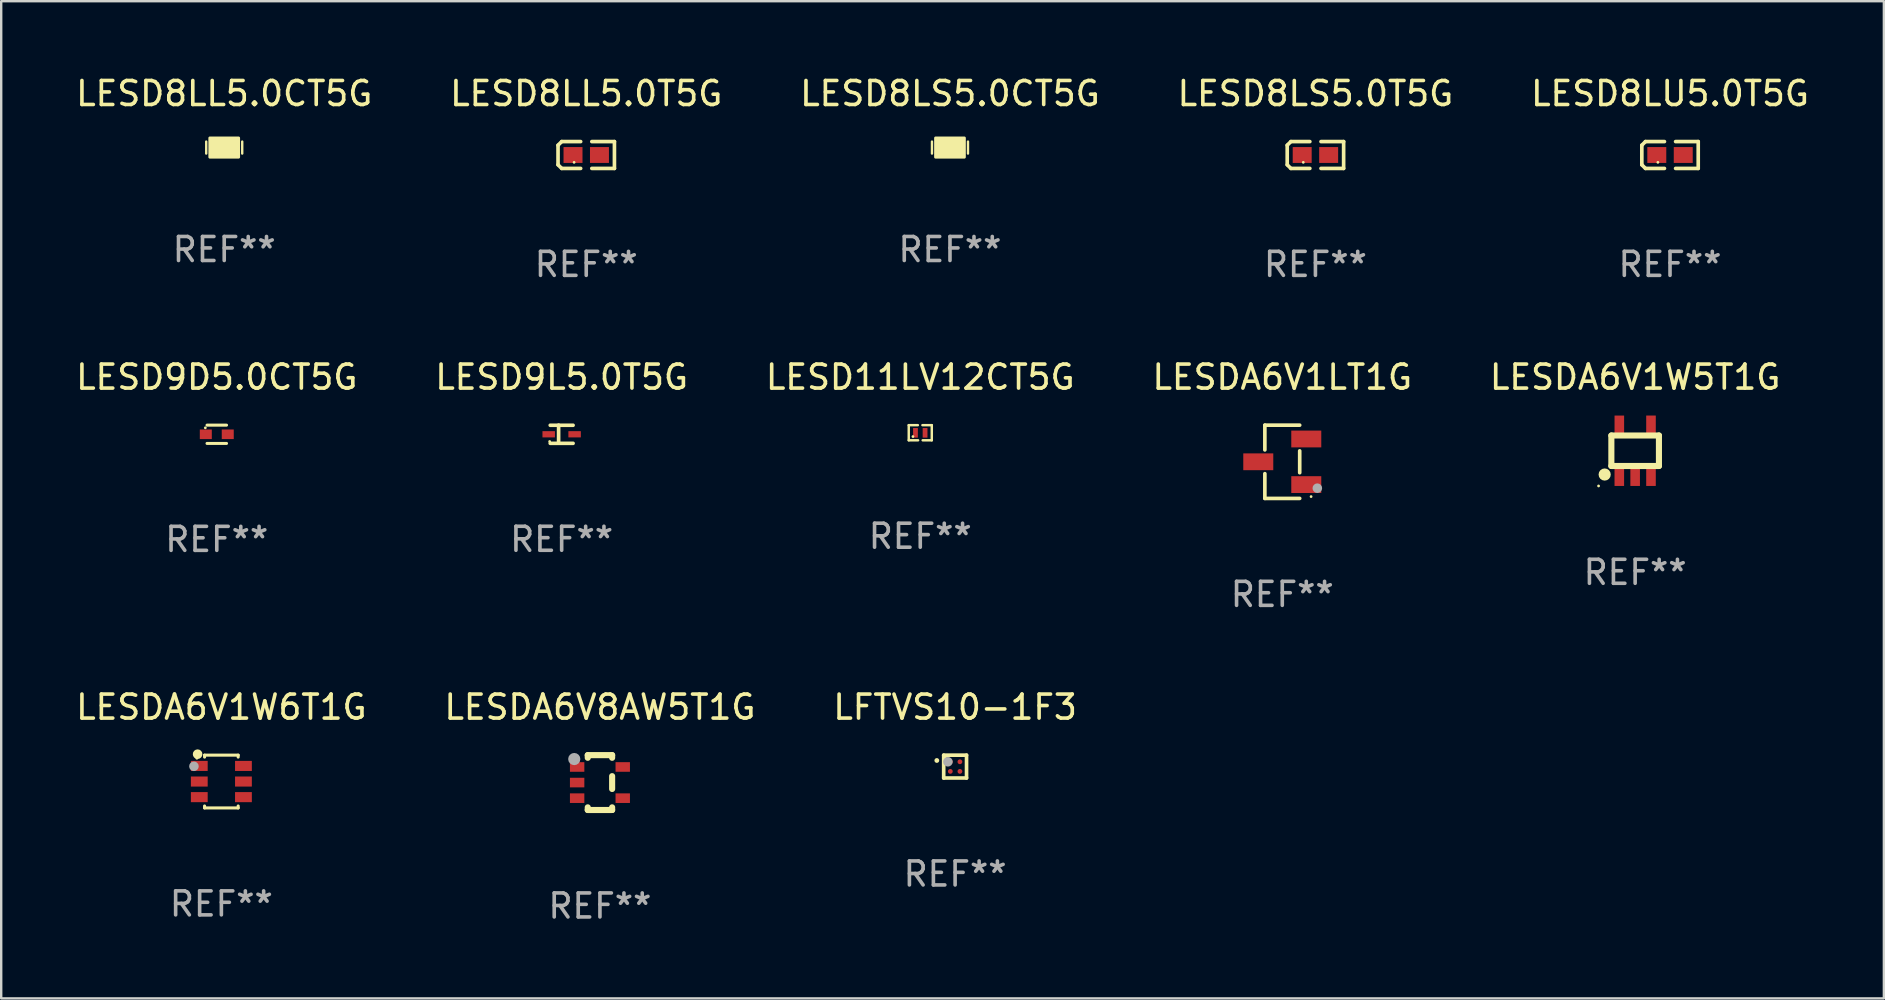
<source format=kicad_pcb>
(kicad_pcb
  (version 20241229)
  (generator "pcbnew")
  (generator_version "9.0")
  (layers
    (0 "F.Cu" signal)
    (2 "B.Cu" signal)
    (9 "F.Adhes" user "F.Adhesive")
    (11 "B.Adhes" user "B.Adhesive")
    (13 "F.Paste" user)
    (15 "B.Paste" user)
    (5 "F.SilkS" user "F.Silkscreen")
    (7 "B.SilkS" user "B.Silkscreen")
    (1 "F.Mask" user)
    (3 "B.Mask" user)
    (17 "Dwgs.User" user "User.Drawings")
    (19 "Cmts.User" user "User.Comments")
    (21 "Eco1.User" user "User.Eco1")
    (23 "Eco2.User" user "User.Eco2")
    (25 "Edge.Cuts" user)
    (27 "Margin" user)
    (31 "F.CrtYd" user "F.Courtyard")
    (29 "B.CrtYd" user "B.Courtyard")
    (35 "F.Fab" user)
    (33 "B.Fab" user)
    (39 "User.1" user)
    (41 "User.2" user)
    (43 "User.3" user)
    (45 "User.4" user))
  (footprint "LESD9L5.0T5G"
    (layer "F.Cu")
    (at 20.351 15.042)
    (property "Reference" "LESD9L5.0T5G" (at 0 -2.379 0) (layer "F.SilkS") (effects (font (size 1 1) (thickness 0.15))))
    (attr through_hole)
    (fp_line (start -0.476 -0.374) (end 0.476 -0.374) (stroke (width 0.152) (type solid)) (layer "F.SilkS"))
    (fp_line (start -0.476 0.379) (end 0.476 0.379) (stroke (width 0.152) (type solid)) (layer "F.SilkS"))
    (fp_line (start -0.127 -0.379) (end -0.127 0.374) (stroke (width 0.152) (type solid)) (layer "F.SilkS"))
    (fp_circle (center -0.5 0.302) (end -0.47 0.302) (stroke (width 0.06) (type solid)) (fill no) (layer "F.SilkS"))
    (fp_text user "REF**" (at 0 4.379 0) (layer "F.Fab") (effects (font (size 1 1) (thickness 0.15))))
    (pad "1" smd rect (at -0.54 0.002 180) (size 0.52 0.26) (layers "F.Cu" "F.Mask" "F.Paste"))
    (pad "2" smd rect (at 0.54 0.002 180) (size 0.52 0.26) (layers "F.Cu" "F.Mask" "F.Paste")))
  (footprint "LESD8LL5.0CT5G"
    (layer "F.Cu")
    (at 6.292 3.098)
    (property "Reference" "LESD8LL5.0CT5G" (at 0 -2.25 0) (layer "F.SilkS") (effects (font (size 1 1) (thickness 0.15))))
    (attr through_hole)
    (fp_line (start -0.75 0.25) (end -0.75 -0.25) (stroke (width 0.1) (type solid)) (layer "F.SilkS"))
    (fp_line (start 0.75 -0.25) (end 0.75 0.25) (stroke (width 0.1) (type solid)) (layer "F.SilkS"))
    (fp_circle (center -0.5 0.3) (end -0.47 0.3) (stroke (width 0.06) (type solid)) (fill no) (layer "F.SilkS"))
    (fp_poly (pts (xy -0.6 -0.4) (xy 0.6 -0.4) (xy 0.6 0.4) (xy -0.6 0.4)) (stroke (width 0.12) (type solid)) (fill yes) (layer "F.SilkS"))
    (fp_text user "REF**" (at 0 4.25 0) (layer "F.Fab") (effects (font (size 1 1) (thickness 0.15))))
    (pad "1" smd rect (at -0.325 -0.000013) (size 0.3 0.6) (layers "F.Cu" "F.Mask" "F.Paste"))
    (pad "2" smd rect (at 0.325 -0.000013) (size 0.3 0.6) (layers "F.Cu" "F.Mask" "F.Paste")))
  (footprint "LESDA6V1LT1G"
    (layer "F.Cu")
    (at 50.375 16.19)
    (property "Reference" "LESDA6V1LT1G" (at 0 -3.526 0) (layer "F.SilkS") (effects (font (size 1 1) (thickness 0.15))))
    (attr through_hole)
    (fp_line (start -0.726 -1.526) (end -0.726 -0.495) (stroke (width 0.152) (type solid)) (layer "F.SilkS"))
    (fp_line (start -0.726 1.526) (end -0.726 0.495) (stroke (width 0.152) (type solid)) (layer "F.SilkS"))
    (fp_line (start 0.726 -1.526) (end -0.726 -1.526) (stroke (width 0.152) (type solid)) (layer "F.SilkS"))
    (fp_line (start 0.726 -0.455) (end 0.726 0.455) (stroke (width 0.152) (type solid)) (layer "F.SilkS"))
    (fp_line (start 0.726 1.526) (end -0.726 1.526) (stroke (width 0.152) (type solid)) (layer "F.SilkS"))
    (fp_circle (center 1.2 1.45) (end 1.23 1.45) (stroke (width 0.06) (type solid)) (fill no) (layer "F.SilkS"))
    (fp_circle (center 1.46 1.1) (end 1.56 1.1) (stroke (width 0.2) (type solid)) (fill no) (layer "F.Fab"))
    (fp_text user "REF**" (at 0 5.526 0) (layer "F.Fab") (effects (font (size 1 1) (thickness 0.15))))
    (pad "1" smd rect (at 1 0.95) (size 1.25 0.7) (layers "F.Cu" "F.Mask" "F.Paste"))
    (pad "2" smd rect (at 1 -0.95) (size 1.25 0.7) (layers "F.Cu" "F.Mask" "F.Paste"))
    (pad "3" smd rect (at -1 0) (size 1.25 0.7) (layers "F.Cu" "F.Mask" "F.Paste")))
  (footprint "LESD8LS5.0CT5G"
    (layer "F.Cu")
    (at 36.53 3.098)
    (property "Reference" "LESD8LS5.0CT5G" (at 0 -2.25 0) (layer "F.SilkS") (effects (font (size 1 1) (thickness 0.15))))
    (attr through_hole)
    (fp_line (start -0.75 0.25) (end -0.75 -0.25) (stroke (width 0.1) (type solid)) (layer "F.SilkS"))
    (fp_line (start 0.75 -0.25) (end 0.75 0.25) (stroke (width 0.1) (type solid)) (layer "F.SilkS"))
    (fp_circle (center -0.5 0.3) (end -0.47 0.3) (stroke (width 0.06) (type solid)) (fill no) (layer "F.SilkS"))
    (fp_poly (pts (xy -0.6 -0.4) (xy 0.6 -0.4) (xy 0.6 0.4) (xy -0.6 0.4)) (stroke (width 0.12) (type solid)) (fill yes) (layer "F.SilkS"))
    (fp_text user "REF**" (at 0 4.25 0) (layer "F.Fab") (effects (font (size 1 1) (thickness 0.15))))
    (pad "1" smd rect (at -0.325 -0.000013) (size 0.3 0.6) (layers "F.Cu" "F.Mask" "F.Paste"))
    (pad "2" smd rect (at 0.325 -0.000013) (size 0.3 0.6) (layers "F.Cu" "F.Mask" "F.Paste")))
  (footprint "LFTVS10-1F3"
    (layer "F.Cu")
    (at 36.744 28.889)
    (property "Reference" "LFTVS10-1F3" (at 0 -2.476 0) (layer "F.SilkS") (effects (font (size 1 1) (thickness 0.15))))
    (attr through_hole)
    (fp_line (start -0.476 -0.476) (end 0.476 -0.476) (stroke (width 0.152) (type solid)) (layer "F.SilkS"))
    (fp_line (start -0.476 0.476) (end -0.476 -0.476) (stroke (width 0.152) (type solid)) (layer "F.SilkS"))
    (fp_line (start 0.476 -0.476) (end 0.476 0.476) (stroke (width 0.152) (type solid)) (layer "F.SilkS"))
    (fp_line (start 0.476 0.476) (end -0.476 0.476) (stroke (width 0.152) (type solid)) (layer "F.SilkS"))
    (fp_circle (center -0.762 -0.254) (end -0.712 -0.254) (stroke (width 0.1) (type solid)) (fill no) (layer "F.SilkS"))
    (fp_circle (center -0.4 -0.4) (end -0.37 -0.4) (stroke (width 0.06) (type solid)) (fill no) (layer "F.SilkS"))
    (fp_circle (center -0.3 -0.2) (end -0.2 -0.2) (stroke (width 0.2) (type solid)) (fill no) (layer "F.Fab"))
    (fp_text user "REF**" (at 0 4.476 0) (layer "F.Fab") (effects (font (size 1 1) (thickness 0.15))))
    (pad "A1" smd circle (at -0.2 -0.2) (size 0.2 0.2) (layers "F.Cu" "F.Mask" "F.Paste"))
    (pad "A2" smd circle (at -0.2 0.2) (size 0.2 0.2) (layers "F.Cu" "F.Mask" "F.Paste"))
    (pad "B1" smd circle (at 0.2 -0.2) (size 0.2 0.2) (layers "F.Cu" "F.Mask" "F.Paste"))
    (pad "B2" smd circle (at 0.2 0.2) (size 0.2 0.2) (layers "F.Cu" "F.Mask" "F.Paste")))
  (footprint "LESD9D5.0CT5G"
    (layer "F.Cu")
    (at 5.982 15.044)
    (property "Reference" "LESD9D5.0CT5G" (at 0 -2.381 0) (layer "F.SilkS") (effects (font (size 1 1) (thickness 0.15))))
    (attr through_hole)
    (fp_line (start -0.406 -0.381) (end 0.406 -0.381) (stroke (width 0.127) (type solid)) (layer "F.SilkS"))
    (fp_line (start 0.406 0.381) (end -0.406 0.381) (stroke (width 0.127) (type solid)) (layer "F.SilkS"))
    (fp_circle (center -0.477 -0.27) (end -0.447 -0.27) (stroke (width 0.06) (type solid)) (fill no) (layer "F.SilkS"))
    (fp_text user "REF**" (at 0 4.381 0) (layer "F.Fab") (effects (font (size 1 1) (thickness 0.15))))
    (pad "1" smd rect (at -0.457 0 90) (size 0.4 0.5) (layers "F.Cu" "F.Mask" "F.Paste"))
    (pad "2" smd rect (at 0.457 0 90) (size 0.4 0.5) (layers "F.Cu" "F.Mask" "F.Paste")))
  (footprint "LESD8LL5.0T5G"
    (layer "F.Cu")
    (at 21.375 3.408)
    (property "Reference" "LESD8LL5.0T5G" (at 0 -2.559 0) (layer "F.SilkS") (effects (font (size 1 1) (thickness 0.15))))
    (attr through_hole)
    (fp_line (start -1.175 -0.407) (end -1.023 -0.559) (stroke (width 0.152) (type solid)) (layer "F.SilkS"))
    (fp_line (start -1.175 0.407) (end -1.175 -0.407) (stroke (width 0.152) (type solid)) (layer "F.SilkS"))
    (fp_line (start -1.023 -0.559) (end -0.232 -0.559) (stroke (width 0.152) (type solid)) (layer "F.SilkS"))
    (fp_line (start -1.023 0.559) (end -1.175 0.407) (stroke (width 0.152) (type solid)) (layer "F.SilkS"))
    (fp_line (start -0.232 0.559) (end -1.023 0.559) (stroke (width 0.152) (type solid)) (layer "F.SilkS"))
    (fp_line (start 0.232 0.559) (end 1.175 0.559) (stroke (width 0.152) (type solid)) (layer "F.SilkS"))
    (fp_line (start 1.175 -0.559) (end 0.232 -0.559) (stroke (width 0.152) (type solid)) (layer "F.SilkS"))
    (fp_line (start 1.175 0.559) (end 1.175 -0.559) (stroke (width 0.152) (type solid)) (layer "F.SilkS"))
    (fp_circle (center -0.506 0.306) (end -0.476 0.306) (stroke (width 0.06) (type solid)) (fill no) (layer "F.SilkS"))
    (fp_text user "REF**" (at 0 4.559 0) (layer "F.Fab") (effects (font (size 1 1) (thickness 0.15))))
    (pad "1" smd rect (at -0.551 0) (size 0.79 0.661) (layers "F.Cu" "F.Mask" "F.Paste"))
    (pad "2" smd rect (at 0.551 0) (size 0.79 0.661) (layers "F.Cu" "F.Mask" "F.Paste")))
  (footprint "LESD8LU5.0T5G"
    (layer "F.Cu")
    (at 66.53 3.408)
    (property "Reference" "LESD8LU5.0T5G" (at 0 -2.559 0) (layer "F.SilkS") (effects (font (size 1 1) (thickness 0.15))))
    (attr through_hole)
    (fp_line (start -1.175 -0.407) (end -1.023 -0.559) (stroke (width 0.152) (type solid)) (layer "F.SilkS"))
    (fp_line (start -1.175 0.407) (end -1.175 -0.407) (stroke (width 0.152) (type solid)) (layer "F.SilkS"))
    (fp_line (start -1.023 -0.559) (end -0.232 -0.559) (stroke (width 0.152) (type solid)) (layer "F.SilkS"))
    (fp_line (start -1.023 0.559) (end -1.175 0.407) (stroke (width 0.152) (type solid)) (layer "F.SilkS"))
    (fp_line (start -0.232 0.559) (end -1.023 0.559) (stroke (width 0.152) (type solid)) (layer "F.SilkS"))
    (fp_line (start 0.232 0.559) (end 1.175 0.559) (stroke (width 0.152) (type solid)) (layer "F.SilkS"))
    (fp_line (start 1.175 -0.559) (end 0.232 -0.559) (stroke (width 0.152) (type solid)) (layer "F.SilkS"))
    (fp_line (start 1.175 0.559) (end 1.175 -0.559) (stroke (width 0.152) (type solid)) (layer "F.SilkS"))
    (fp_circle (center -0.506 0.306) (end -0.476 0.306) (stroke (width 0.06) (type solid)) (fill no) (layer "F.SilkS"))
    (fp_text user "REF**" (at 0 4.559 0) (layer "F.Fab") (effects (font (size 1 1) (thickness 0.15))))
    (pad "1" smd rect (at -0.551 0) (size 0.79 0.661) (layers "F.Cu" "F.Mask" "F.Paste"))
    (pad "2" smd rect (at 0.551 0) (size 0.79 0.661) (layers "F.Cu" "F.Mask" "F.Paste")))
  (footprint "LESDA6V1W5T1G"
    (layer "F.Cu")
    (at 65.077 15.73)
    (property "Reference" "LESDA6V1W5T1G" (at 0 -3.067 0) (layer "F.SilkS") (effects (font (size 1 1) (thickness 0.15))))
    (attr through_hole)
    (fp_line (start -0.991 -0.635) (end 0.991 -0.635) (stroke (width 0.254) (type solid)) (layer "F.SilkS"))
    (fp_line (start -0.991 0.635) (end -0.991 -0.635) (stroke (width 0.254) (type solid)) (layer "F.SilkS"))
    (fp_line (start 0.991 -0.635) (end 0.991 0.635) (stroke (width 0.254) (type solid)) (layer "F.SilkS"))
    (fp_line (start 0.991 0.635) (end -0.991 0.635) (stroke (width 0.254) (type solid)) (layer "F.SilkS"))
    (fp_circle (center -1.524 1.467) (end -1.494 1.467) (stroke (width 0.06) (type solid)) (fill no) (layer "F.SilkS"))
    (fp_circle (center -1.27 0.991) (end -1.143 0.991) (stroke (width 0.254) (type solid)) (fill no) (layer "F.SilkS"))
    (fp_text user "REF**" (at 0 5.067 0) (layer "F.Fab") (effects (font (size 1 1) (thickness 0.15))))
    (pad "1" smd rect (at -0.66 1.067 90) (size 0.8 0.399) (layers "F.Cu" "F.Mask" "F.Paste"))
    (pad "2" smd rect (at 0 1.067 90) (size 0.8 0.399) (layers "F.Cu" "F.Mask" "F.Paste"))
    (pad "3" smd rect (at 0.66 1.067 90) (size 0.8 0.399) (layers "F.Cu" "F.Mask" "F.Paste"))
    (pad "4" smd rect (at 0.66 -1.067 90) (size 0.8 0.399) (layers "F.Cu" "F.Mask" "F.Paste"))
    (pad "5" smd rect (at -0.659 -1.066 90) (size 0.8 0.399) (layers "F.Cu" "F.Mask" "F.Paste")))
  (footprint "LESDA6V8AW5T1G"
    (layer "F.Cu")
    (at 21.946 29.555)
    (property "Reference" "LESDA6V8AW5T1G" (at 0 -3.143 0) (layer "F.SilkS") (effects (font (size 1 1) (thickness 0.15))))
    (attr through_hole)
    (fp_line (start -0.508 -1.143) (end 0.508 -1.143) (stroke (width 0.254) (type solid)) (layer "F.SilkS"))
    (fp_line (start -0.508 -1.032) (end -0.508 -1.143) (stroke (width 0.254) (type solid)) (layer "F.SilkS"))
    (fp_line (start -0.508 1.143) (end -0.508 1.032) (stroke (width 0.254) (type solid)) (layer "F.SilkS"))
    (fp_line (start 0.508 -1.143) (end 0.508 -1.032) (stroke (width 0.254) (type solid)) (layer "F.SilkS"))
    (fp_line (start 0.508 -0.268) (end 0.508 0.268) (stroke (width 0.254) (type solid)) (layer "F.SilkS"))
    (fp_line (start 0.508 1.032) (end 0.508 1.143) (stroke (width 0.254) (type solid)) (layer "F.SilkS"))
    (fp_line (start 0.508 1.143) (end -0.508 1.143) (stroke (width 0.254) (type solid)) (layer "F.SilkS"))
    (fp_circle (center -1.05 -1) (end -1.02 -1) (stroke (width 0.06) (type solid)) (fill no) (layer "F.SilkS"))
    (fp_circle (center -1.07 -0.98) (end -0.943 -0.98) (stroke (width 0.254) (type solid)) (fill no) (layer "F.Fab"))
    (fp_text user "REF**" (at 0 5.143 0) (layer "F.Fab") (effects (font (size 1 1) (thickness 0.15))))
    (pad "1" smd rect (at -0.95 -0.65 90) (size 0.4 0.6) (layers "F.Cu" "F.Mask" "F.Paste"))
    (pad "2" smd rect (at -0.95 -0.000076 90) (size 0.4 0.6) (layers "F.Cu" "F.Mask" "F.Paste"))
    (pad "3" smd rect (at -0.95 0.65 90) (size 0.4 0.6) (layers "F.Cu" "F.Mask" "F.Paste"))
    (pad "4" smd rect (at 0.95 0.65 90) (size 0.4 0.6) (layers "F.Cu" "F.Mask" "F.Paste"))
    (pad "5" smd rect (at 0.95 -0.65 90) (size 0.4 0.6) (layers "F.Cu" "F.Mask" "F.Paste")))
  (footprint "LESDA6V1W6T1G"
    (layer "F.Cu")
    (at 6.173 29.512)
    (property "Reference" "LESDA6V1W6T1G" (at 0 -3.1 0) (layer "F.SilkS") (effects (font (size 1 1) (thickness 0.15))))
    (attr through_hole)
    (fp_line (start -0.7 -1.1) (end -0.7 -1.018) (stroke (width 0.127) (type solid)) (layer "F.SilkS"))
    (fp_line (start -0.7 -1.1) (end 0.7 -1.1) (stroke (width 0.127) (type solid)) (layer "F.SilkS"))
    (fp_line (start -0.7 1.018) (end -0.7 1.1) (stroke (width 0.127) (type solid)) (layer "F.SilkS"))
    (fp_line (start -0.7 1.1) (end 0.7 1.1) (stroke (width 0.127) (type solid)) (layer "F.SilkS"))
    (fp_line (start 0.7 -1.1) (end 0.7 -1.018) (stroke (width 0.127) (type solid)) (layer "F.SilkS"))
    (fp_line (start 0.7 1.018) (end 0.7 1.1) (stroke (width 0.127) (type solid)) (layer "F.SilkS"))
    (fp_circle (center -1.02 -0.97) (end -0.99 -0.97) (stroke (width 0.06) (type solid)) (fill no) (layer "F.SilkS"))
    (fp_circle (center -0.99 -1.14) (end -0.89 -1.14) (stroke (width 0.2) (type solid)) (fill no) (layer "F.SilkS"))
    (fp_circle (center -1.143 -0.635) (end -1.043 -0.635) (stroke (width 0.2) (type solid)) (fill no) (layer "F.Fab"))
    (fp_text user "REF**" (at 0 5.1 0) (layer "F.Fab") (effects (font (size 1 1) (thickness 0.15))))
    (pad "1" smd rect (at -0.92 -0.65) (size 0.7 0.42) (layers "F.Cu" "F.Mask" "F.Paste"))
    (pad "2" smd rect (at -0.92 0.000127) (size 0.7 0.42) (layers "F.Cu" "F.Mask" "F.Paste"))
    (pad "3" smd rect (at -0.92 0.65) (size 0.7 0.42) (layers "F.Cu" "F.Mask" "F.Paste"))
    (pad "4" smd rect (at 0.92 0.65) (size 0.7 0.42) (layers "F.Cu" "F.Mask" "F.Paste"))
    (pad "5" smd rect (at 0.92 0.000127) (size 0.7 0.42) (layers "F.Cu" "F.Mask" "F.Paste"))
    (pad "6" smd rect (at 0.92 -0.65) (size 0.7 0.42) (layers "F.Cu" "F.Mask" "F.Paste")))
  (footprint "LESD8LS5.0T5G"
    (layer "F.Cu")
    (at 51.756 3.408)
    (property "Reference" "LESD8LS5.0T5G" (at 0 -2.559 0) (layer "F.SilkS") (effects (font (size 1 1) (thickness 0.15))))
    (attr through_hole)
    (fp_line (start -1.175 -0.407) (end -1.023 -0.559) (stroke (width 0.152) (type solid)) (layer "F.SilkS"))
    (fp_line (start -1.175 0.407) (end -1.175 -0.407) (stroke (width 0.152) (type solid)) (layer "F.SilkS"))
    (fp_line (start -1.023 -0.559) (end -0.232 -0.559) (stroke (width 0.152) (type solid)) (layer "F.SilkS"))
    (fp_line (start -1.023 0.559) (end -1.175 0.407) (stroke (width 0.152) (type solid)) (layer "F.SilkS"))
    (fp_line (start -0.232 0.559) (end -1.023 0.559) (stroke (width 0.152) (type solid)) (layer "F.SilkS"))
    (fp_line (start 0.232 0.559) (end 1.175 0.559) (stroke (width 0.152) (type solid)) (layer "F.SilkS"))
    (fp_line (start 1.175 -0.559) (end 0.232 -0.559) (stroke (width 0.152) (type solid)) (layer "F.SilkS"))
    (fp_line (start 1.175 0.559) (end 1.175 -0.559) (stroke (width 0.152) (type solid)) (layer "F.SilkS"))
    (fp_circle (center -0.506 0.306) (end -0.476 0.306) (stroke (width 0.06) (type solid)) (fill no) (layer "F.SilkS"))
    (fp_text user "REF**" (at 0 4.559 0) (layer "F.Fab") (effects (font (size 1 1) (thickness 0.15))))
    (pad "1" smd rect (at -0.551 0) (size 0.79 0.661) (layers "F.Cu" "F.Mask" "F.Paste"))
    (pad "2" smd rect (at 0.551 0) (size 0.79 0.661) (layers "F.Cu" "F.Mask" "F.Paste")))
  (footprint "LESD11LV12CT5G"
    (layer "F.Cu")
    (at 35.292 14.979)
    (property "Reference" "LESD11LV12CT5G" (at 0 -2.315 0) (layer "F.SilkS") (effects (font (size 1 1) (thickness 0.15))))
    (attr through_hole)
    (fp_line (start -0.48 -0.315) (end -0.48 0.315) (stroke (width 0.102) (type solid)) (layer "F.SilkS"))
    (fp_line (start -0.48 0.315) (end -0.09 0.315) (stroke (width 0.102) (type solid)) (layer "F.SilkS"))
    (fp_line (start -0.48 -0.315) (end -0.1 -0.315) (stroke (width 0.102) (type solid)) (layer "F.SilkS"))
    (fp_line (start 0.48 0.315) (end 0.1 0.315) (stroke (width 0.102) (type solid)) (layer "F.SilkS"))
    (fp_line (start 0.48 -0.315) (end 0.09 -0.315) (stroke (width 0.102) (type solid)) (layer "F.SilkS"))
    (fp_line (start 0.48 0.315) (end 0.48 -0.315) (stroke (width 0.102) (type solid)) (layer "F.SilkS"))
    (fp_circle (center -0.305 0.16) (end -0.275 0.16) (stroke (width 0.06) (type solid)) (fill no) (layer "F.SilkS"))
    (fp_text user "REF**" (at 0 4.315 0) (layer "F.Fab") (effects (font (size 1 1) (thickness 0.15))))
    (pad "1" smd rect (at -0.2 0.005) (size 0.2 0.4) (layers "F.Cu" "F.Mask" "F.Paste"))
    (pad "2" smd rect (at 0.2 0.005) (size 0.2 0.4) (layers "F.Cu" "F.Mask" "F.Paste")))
  (gr_rect
    (start -3 -3)
    (end 75.44 38.547)
    (stroke (width 0.1) (type default))
    (fill no)
    (layer "Edge.Cuts")))
</source>
